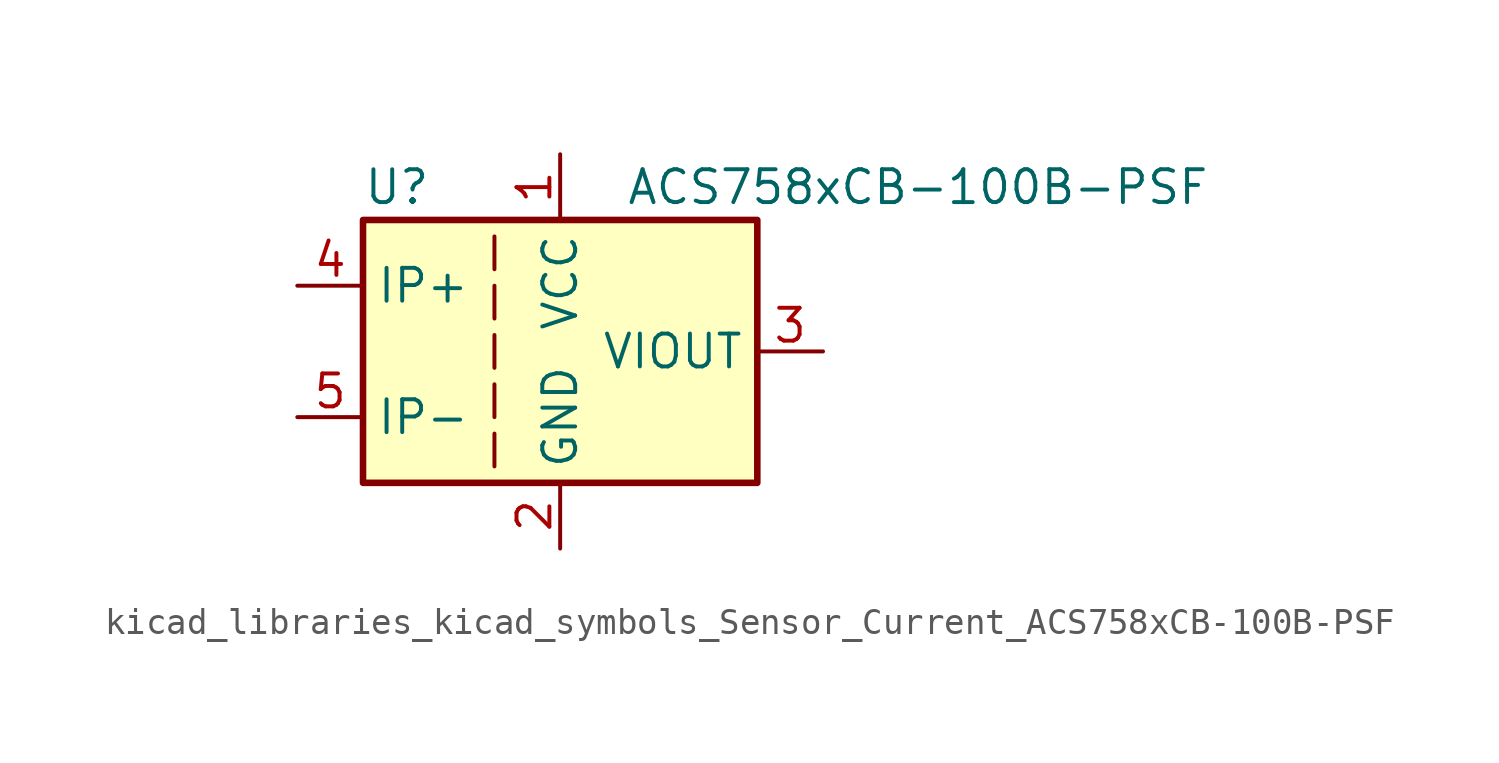
<source format=kicad_sym>
(kicad_symbol_lib
  (version 20220914)
  (generator kicad_symbol_editor)
  (symbol "kicad_libraries_kicad_symbols_Sensor_Current_ACS758xCB-100B-PSF"
    (property "Reference" "U"
      (at -7.62 6.35 0)
      (effects (font (size 1.27 1.27)) (justify left)))
    (property "Value" "ACS758xCB-100B-PSF"
      (at 2.54 6.35 0)
      (effects (font (size 1.27 1.27)) (justify left)))
    (symbol "kicad_libraries_kicad_symbols_Sensor_Current_ACS758xCB-100B-PSF_0_1"
      (rectangle (start -7.62 5.08) (end 7.62 -5.08) (stroke (width 0.254) (type default)) (fill (type background)))
      (polyline (pts (xy -2.54 -3.175) (xy -2.54 -4.445)) (stroke (width 0) (type default)) (fill (type none)))
      (polyline (pts (xy -2.54 -1.27) (xy -2.54 -2.54)) (stroke (width 0) (type default)) (fill (type none)))
      (polyline (pts (xy -2.54 0.635) (xy -2.54 -0.635)) (stroke (width 0) (type default)) (fill (type none)))
      (polyline (pts (xy -2.54 1.27) (xy -2.54 2.54)) (stroke (width 0) (type default)) (fill (type none)))
      (polyline (pts (xy -2.54 3.175) (xy -2.54 4.445)) (stroke (width 0) (type default)) (fill (type none))))
    (symbol "kicad_libraries_kicad_symbols_Sensor_Current_ACS758xCB-100B-PSF_1_1"
      (pin power_in line (at 0 7.62 270) (length 2.54) (name "VCC" (effects (font (size 1.27 1.27)))) (number "1" (effects (font (size 1.27 1.27)))))
      (pin power_in line (at 0 -7.62 90) (length 2.54) (name "GND" (effects (font (size 1.27 1.27)))) (number "2" (effects (font (size 1.27 1.27)))))
      (pin output line (at 10.16 0 180) (length 2.54) (name "VIOUT" (effects (font (size 1.27 1.27)))) (number "3" (effects (font (size 1.27 1.27)))))
      (pin passive line (at -10.16 2.54 0) (length 2.54) (name "IP+" (effects (font (size 1.27 1.27)))) (number "4" (effects (font (size 1.27 1.27)))))
      (pin passive line (at -10.16 -2.54 0) (length 2.54) (name "IP-" (effects (font (size 1.27 1.27)))) (number "5" (effects (font (size 1.27 1.27))))))))
</source>
